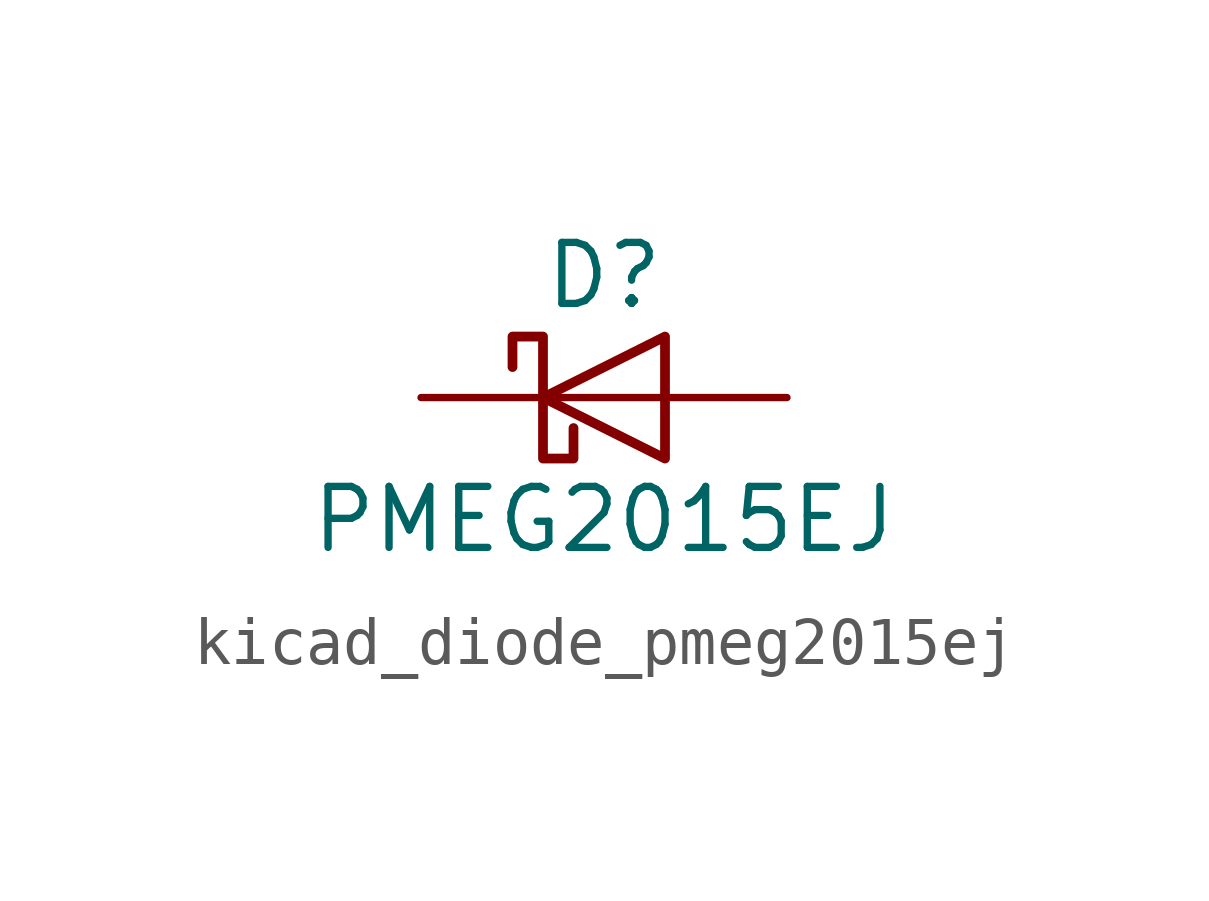
<source format=kicad_sym>
(kicad_symbol_lib
  (version 20220914)
  (generator kicad_symbol_editor)
  (symbol "kicad_diode_pmeg2015ej"
    (pin_numbers hide)
    (pin_names hide)
    (property "Reference" "D"
      (at 0 2.54 0)
      (effects (font (size 1.27 1.27))))
    (property "Value" "PMEG2015EJ"
      (at 0 -2.54 0)
      (effects (font (size 1.27 1.27))))
    (symbol "kicad_diode_pmeg2015ej_0_1"
      (polyline (pts (xy 1.27 0) (xy -1.27 0)) (stroke (width 0) (type default)) (fill (type none)))
      (polyline (pts (xy 1.27 1.27) (xy 1.27 -1.27) (xy -1.27 0) (xy 1.27 1.27)) (stroke (width 0.203) (type default)) (fill (type none)))
      (polyline (pts (xy -1.905 0.635) (xy -1.905 1.27) (xy -1.27 1.27) (xy -1.27 -1.27) (xy -0.635 -1.27) (xy -0.635 -0.635)) (stroke (width 0.203) (type default)) (fill (type none))))
    (symbol "kicad_diode_pmeg2015ej_1_1"
      (pin passive line (at -3.81 0 0) (length 2.54) (name "K" (effects (font (size 1.27 1.27)))) (number "1" (effects (font (size 1.27 1.27)))))
      (pin passive line (at 3.81 0 180) (length 2.54) (name "A" (effects (font (size 1.27 1.27)))) (number "2" (effects (font (size 1.27 1.27))))))))
</source>
